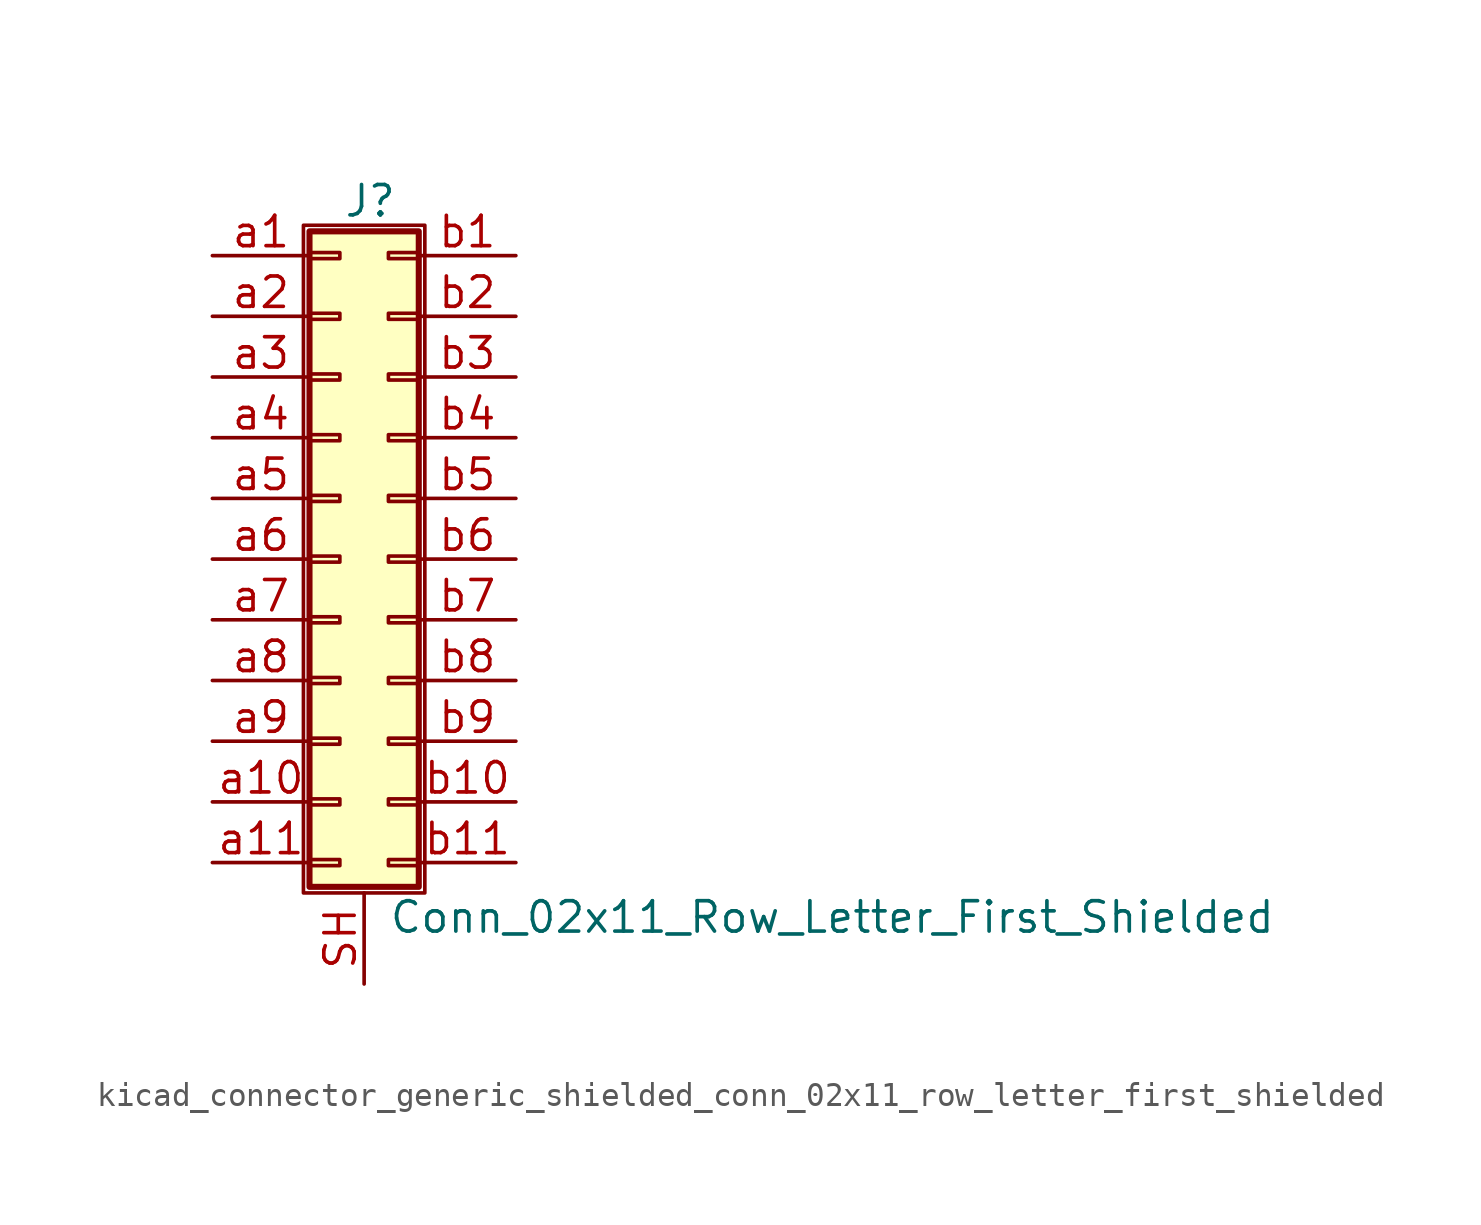
<source format=kicad_sym>
(kicad_symbol_lib
  (version 20220914)
  (generator kicad_symbol_editor)
  (symbol "kicad_connector_generic_shielded_conn_02x11_row_letter_first_shielded"
    (pin_names
      (offset 1.016) hide)
    (property "Reference" "J"
      (at 1.524 14.986 0)
      (effects (font (size 1.27 1.27))))
    (property "Value" "Conn_02x11_Row_Letter_First_Shielded"
      (at 2.286 -14.986 0)
      (effects (font (size 1.27 1.27)) (justify left)))
    (symbol "kicad_connector_generic_shielded_conn_02x11_row_letter_first_shielded_1_1"
      (rectangle (start -1.27 13.97) (end 3.81 -13.97) (stroke (width 0.152) (type default)) (fill (type none)))
      (rectangle (start -1.016 -12.573) (end 0.254 -12.827) (stroke (width 0.152) (type default)) (fill (type none)))
      (rectangle (start -1.016 -10.033) (end 0.254 -10.287) (stroke (width 0.152) (type default)) (fill (type none)))
      (rectangle (start -1.016 -7.493) (end 0.254 -7.747) (stroke (width 0.152) (type default)) (fill (type none)))
      (rectangle (start -1.016 -4.953) (end 0.254 -5.207) (stroke (width 0.152) (type default)) (fill (type none)))
      (rectangle (start -1.016 -2.413) (end 0.254 -2.667) (stroke (width 0.152) (type default)) (fill (type none)))
      (rectangle (start -1.016 0.127) (end 0.254 -0.127) (stroke (width 0.152) (type default)) (fill (type none)))
      (rectangle (start -1.016 2.667) (end 0.254 2.413) (stroke (width 0.152) (type default)) (fill (type none)))
      (rectangle (start -1.016 5.207) (end 0.254 4.953) (stroke (width 0.152) (type default)) (fill (type none)))
      (rectangle (start -1.016 7.747) (end 0.254 7.493) (stroke (width 0.152) (type default)) (fill (type none)))
      (rectangle (start -1.016 10.287) (end 0.254 10.033) (stroke (width 0.152) (type default)) (fill (type none)))
      (rectangle (start -1.016 12.827) (end 0.254 12.573) (stroke (width 0.152) (type default)) (fill (type none)))
      (rectangle (start -1.016 13.716) (end 3.556 -13.716) (stroke (width 0.254) (type default)) (fill (type background)))
      (rectangle (start 3.556 -12.573) (end 2.286 -12.827) (stroke (width 0.152) (type default)) (fill (type none)))
      (rectangle (start 3.556 -10.033) (end 2.286 -10.287) (stroke (width 0.152) (type default)) (fill (type none)))
      (rectangle (start 3.556 -7.493) (end 2.286 -7.747) (stroke (width 0.152) (type default)) (fill (type none)))
      (rectangle (start 3.556 -4.953) (end 2.286 -5.207) (stroke (width 0.152) (type default)) (fill (type none)))
      (rectangle (start 3.556 -2.413) (end 2.286 -2.667) (stroke (width 0.152) (type default)) (fill (type none)))
      (rectangle (start 3.556 0.127) (end 2.286 -0.127) (stroke (width 0.152) (type default)) (fill (type none)))
      (rectangle (start 3.556 2.667) (end 2.286 2.413) (stroke (width 0.152) (type default)) (fill (type none)))
      (rectangle (start 3.556 5.207) (end 2.286 4.953) (stroke (width 0.152) (type default)) (fill (type none)))
      (rectangle (start 3.556 7.747) (end 2.286 7.493) (stroke (width 0.152) (type default)) (fill (type none)))
      (rectangle (start 3.556 10.287) (end 2.286 10.033) (stroke (width 0.152) (type default)) (fill (type none)))
      (rectangle (start 3.556 12.827) (end 2.286 12.573) (stroke (width 0.152) (type default)) (fill (type none)))
      (pin passive line (at 1.27 -17.78 90) (length 3.81) (name "Shield" (effects (font (size 1.27 1.27)))) (number "SH" (effects (font (size 1.27 1.27)))))
      (pin passive line (at -5.08 12.7 0) (length 4.064) (name "Pin_a1" (effects (font (size 1.27 1.27)))) (number "a1" (effects (font (size 1.27 1.27)))))
      (pin passive line (at -5.08 -10.16 0) (length 4.064) (name "Pin_a10" (effects (font (size 1.27 1.27)))) (number "a10" (effects (font (size 1.27 1.27)))))
      (pin passive line (at -5.08 -12.7 0) (length 4.064) (name "Pin_a11" (effects (font (size 1.27 1.27)))) (number "a11" (effects (font (size 1.27 1.27)))))
      (pin passive line (at -5.08 10.16 0) (length 4.064) (name "Pin_a2" (effects (font (size 1.27 1.27)))) (number "a2" (effects (font (size 1.27 1.27)))))
      (pin passive line (at -5.08 7.62 0) (length 4.064) (name "Pin_a3" (effects (font (size 1.27 1.27)))) (number "a3" (effects (font (size 1.27 1.27)))))
      (pin passive line (at -5.08 5.08 0) (length 4.064) (name "Pin_a4" (effects (font (size 1.27 1.27)))) (number "a4" (effects (font (size 1.27 1.27)))))
      (pin passive line (at -5.08 2.54 0) (length 4.064) (name "Pin_a5" (effects (font (size 1.27 1.27)))) (number "a5" (effects (font (size 1.27 1.27)))))
      (pin passive line (at -5.08 0 0) (length 4.064) (name "Pin_a6" (effects (font (size 1.27 1.27)))) (number "a6" (effects (font (size 1.27 1.27)))))
      (pin passive line (at -5.08 -2.54 0) (length 4.064) (name "Pin_a7" (effects (font (size 1.27 1.27)))) (number "a7" (effects (font (size 1.27 1.27)))))
      (pin passive line (at -5.08 -5.08 0) (length 4.064) (name "Pin_a8" (effects (font (size 1.27 1.27)))) (number "a8" (effects (font (size 1.27 1.27)))))
      (pin passive line (at -5.08 -7.62 0) (length 4.064) (name "Pin_a9" (effects (font (size 1.27 1.27)))) (number "a9" (effects (font (size 1.27 1.27)))))
      (pin passive line (at 7.62 12.7 180) (length 4.064) (name "Pin_b1" (effects (font (size 1.27 1.27)))) (number "b1" (effects (font (size 1.27 1.27)))))
      (pin passive line (at 7.62 -10.16 180) (length 4.064) (name "Pin_b10" (effects (font (size 1.27 1.27)))) (number "b10" (effects (font (size 1.27 1.27)))))
      (pin passive line (at 7.62 -12.7 180) (length 4.064) (name "Pin_b11" (effects (font (size 1.27 1.27)))) (number "b11" (effects (font (size 1.27 1.27)))))
      (pin passive line (at 7.62 10.16 180) (length 4.064) (name "Pin_b2" (effects (font (size 1.27 1.27)))) (number "b2" (effects (font (size 1.27 1.27)))))
      (pin passive line (at 7.62 7.62 180) (length 4.064) (name "Pin_b3" (effects (font (size 1.27 1.27)))) (number "b3" (effects (font (size 1.27 1.27)))))
      (pin passive line (at 7.62 5.08 180) (length 4.064) (name "Pin_b4" (effects (font (size 1.27 1.27)))) (number "b4" (effects (font (size 1.27 1.27)))))
      (pin passive line (at 7.62 2.54 180) (length 4.064) (name "Pin_b5" (effects (font (size 1.27 1.27)))) (number "b5" (effects (font (size 1.27 1.27)))))
      (pin passive line (at 7.62 0 180) (length 4.064) (name "Pin_b6" (effects (font (size 1.27 1.27)))) (number "b6" (effects (font (size 1.27 1.27)))))
      (pin passive line (at 7.62 -2.54 180) (length 4.064) (name "Pin_b7" (effects (font (size 1.27 1.27)))) (number "b7" (effects (font (size 1.27 1.27)))))
      (pin passive line (at 7.62 -5.08 180) (length 4.064) (name "Pin_b8" (effects (font (size 1.27 1.27)))) (number "b8" (effects (font (size 1.27 1.27)))))
      (pin passive line (at 7.62 -7.62 180) (length 4.064) (name "Pin_b9" (effects (font (size 1.27 1.27)))) (number "b9" (effects (font (size 1.27 1.27))))))))
</source>
